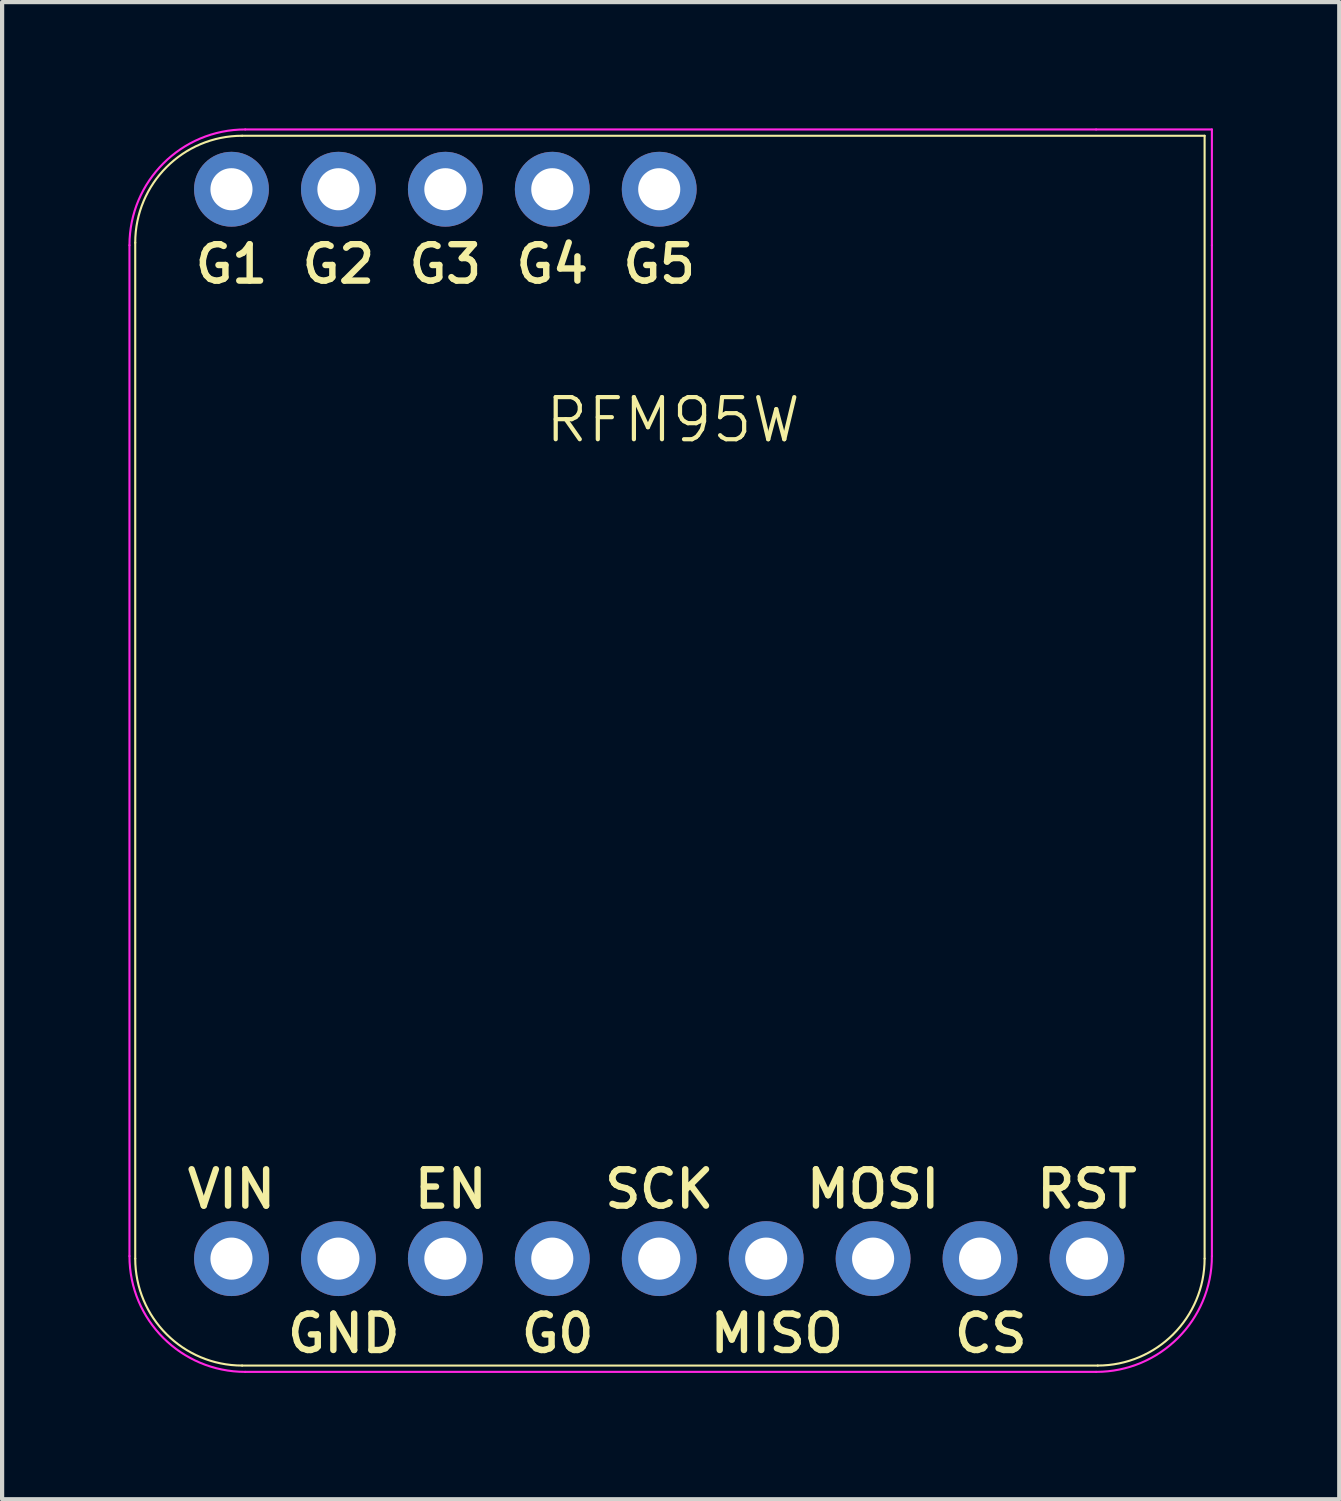
<source format=kicad_pcb>
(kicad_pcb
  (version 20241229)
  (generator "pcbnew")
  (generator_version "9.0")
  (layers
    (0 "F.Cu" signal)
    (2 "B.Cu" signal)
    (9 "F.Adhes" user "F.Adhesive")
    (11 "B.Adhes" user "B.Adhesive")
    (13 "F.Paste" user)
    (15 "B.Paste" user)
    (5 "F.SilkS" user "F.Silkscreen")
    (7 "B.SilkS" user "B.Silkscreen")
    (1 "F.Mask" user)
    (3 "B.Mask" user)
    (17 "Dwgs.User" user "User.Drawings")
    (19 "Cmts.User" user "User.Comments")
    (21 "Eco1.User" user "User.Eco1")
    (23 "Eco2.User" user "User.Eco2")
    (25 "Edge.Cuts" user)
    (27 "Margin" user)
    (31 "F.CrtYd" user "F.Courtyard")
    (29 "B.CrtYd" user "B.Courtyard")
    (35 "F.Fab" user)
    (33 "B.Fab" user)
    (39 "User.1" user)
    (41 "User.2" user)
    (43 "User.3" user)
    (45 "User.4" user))
  (footprint "RFM95W"
    (layer "F.Cu")
    (at 12.935 11.425)
    (property "Reference" "RFM95W" (at 0 -4.5 0) (unlocked yes) (layer "F.SilkS") (effects (font (size 1 1) (thickness 0.1))))
    (attr through_hole)
    (fp_line (start -12.773 15.42) (end -12.773 -8.71) (stroke (width 0.05) (type solid)) (layer "F.SilkS"))
    (fp_line (start -10.233 -11.25) (end 12.627 -11.25) (stroke (width 0.05) (type solid)) (layer "F.SilkS"))
    (fp_line (start 10.087 17.96) (end -10.233 17.96) (stroke (width 0.05) (type solid)) (layer "F.SilkS"))
    (fp_line (start 12.627 -11.25) (end 12.627 15.42) (stroke (width 0.05) (type solid)) (layer "F.SilkS"))
    (fp_arc (start -12.773 -8.7102) (mid -12.029051 -10.506251) (end -10.233 -11.2502) (stroke (width 0.05) (type solid)) (layer "F.SilkS"))
    (fp_arc (start -10.233 17.9598) (mid -12.029051 17.215851) (end -12.773 15.4198) (stroke (width 0.05) (type solid)) (layer "F.SilkS"))
    (fp_arc (start 12.627 15.4198) (mid 11.883051 17.215851) (end 10.087 17.9598) (stroke (width 0.05) (type solid)) (layer "F.SilkS"))
    (fp_line (start -12.91 15.36) (end -12.91 -8.65) (stroke (width 0.05) (type default)) (layer "F.CrtYd"))
    (fp_line (start -10.16 -11.4) (end 10.05 -11.4) (stroke (width 0.05) (type default)) (layer "F.CrtYd"))
    (fp_line (start 10.05 -11.4) (end 12.8 -11.4) (stroke (width 0.05) (type default)) (layer "F.CrtYd"))
    (fp_line (start 10.05 18.11) (end -10.16 18.11) (stroke (width 0.05) (type default)) (layer "F.CrtYd"))
    (fp_line (start 12.8 -11.4) (end 12.8 -8.65) (stroke (width 0.05) (type default)) (layer "F.CrtYd"))
    (fp_line (start 12.8 -8.65) (end 12.8 15.36) (stroke (width 0.05) (type default)) (layer "F.CrtYd"))
    (fp_arc (start -12.91 -8.65) (mid -12.104544 -10.594544) (end -10.16 -11.4) (stroke (width 0.05) (type default)) (layer "F.CrtYd"))
    (fp_arc (start -10.16 18.11) (mid -12.104544 17.304544) (end -12.91 15.36) (stroke (width 0.05) (type default)) (layer "F.CrtYd"))
    (fp_arc (start 12.8 15.36) (mid 11.994544 17.304544) (end 10.05 18.11) (stroke (width 0.05) (type default)) (layer "F.CrtYd"))
    (fp_text user "CS" (at 7.547 17.198 0) (unlocked yes) (layer "F.SilkS") (effects (font (size 0.864 0.864) (thickness 0.152))))
    (fp_text user "G2" (at -7.947 -8.202 0) (unlocked yes) (layer "F.SilkS") (effects (font (size 0.864 0.864) (thickness 0.152))))
    (fp_text user "EN" (at -5.28 13.769 0) (unlocked yes) (layer "F.SilkS") (effects (font (size 0.864 0.864) (thickness 0.152))))
    (fp_text user "G1" (at -10.487 -8.202 0) (unlocked yes) (layer "F.SilkS") (effects (font (size 0.864 0.864) (thickness 0.152))))
    (fp_text user "RST" (at 9.833 13.769 0) (unlocked yes) (layer "F.SilkS") (effects (font (size 0.864 0.864) (thickness 0.152))))
    (fp_text user "G4" (at -2.867 -8.202 0) (unlocked yes) (layer "F.SilkS") (effects (font (size 0.864 0.864) (thickness 0.152))))
    (fp_text user "MISO" (at 2.467 17.198 0) (unlocked yes) (layer "F.SilkS") (effects (font (size 0.864 0.864) (thickness 0.152))))
    (fp_text user "GND" (at -7.82 17.198 0) (unlocked yes) (layer "F.SilkS") (effects (font (size 0.864 0.864) (thickness 0.152))))
    (fp_text user "VIN" (at -10.487 13.769 0) (unlocked yes) (layer "F.SilkS") (effects (font (size 0.864 0.864) (thickness 0.152))))
    (fp_text user "MOSI" (at 4.753 13.769 0) (unlocked yes) (layer "F.SilkS") (effects (font (size 0.864 0.864) (thickness 0.152))))
    (fp_text user "SCK" (at -0.327 13.769 0) (unlocked yes) (layer "F.SilkS") (effects (font (size 0.864 0.864) (thickness 0.152))))
    (fp_text user "G5" (at -0.327 -8.202 0) (unlocked yes) (layer "F.SilkS") (effects (font (size 0.864 0.864) (thickness 0.152))))
    (fp_text user "G3" (at -5.407 -8.202 0) (unlocked yes) (layer "F.SilkS") (effects (font (size 0.864 0.864) (thickness 0.152))))
    (fp_text user "G0" (at -2.74 17.198 0) (unlocked yes) (layer "F.SilkS") (effects (font (size 0.864 0.864) (thickness 0.152))))
    (pad "1" thru_hole circle (at -10.487 15.42 90) (size 1.778 1.778) (drill 1) (layers "*.Cu" "*.Mask"))
    (pad "2" thru_hole circle (at -7.947 15.42 90) (size 1.778 1.778) (drill 1) (layers "*.Cu" "*.Mask"))
    (pad "3" thru_hole circle (at -5.407 15.42 90) (size 1.778 1.778) (drill 1) (layers "*.Cu" "*.Mask"))
    (pad "4" thru_hole circle (at -2.867 15.42 90) (size 1.778 1.778) (drill 1) (layers "*.Cu" "*.Mask"))
    (pad "5" thru_hole circle (at -0.327 15.42 90) (size 1.778 1.778) (drill 1) (layers "*.Cu" "*.Mask"))
    (pad "6" thru_hole circle (at 2.213 15.42 90) (size 1.778 1.778) (drill 1) (layers "*.Cu" "*.Mask"))
    (pad "7" thru_hole circle (at 4.753 15.42 90) (size 1.778 1.778) (drill 1) (layers "*.Cu" "*.Mask"))
    (pad "8" thru_hole circle (at 7.293 15.42 90) (size 1.778 1.778) (drill 1) (layers "*.Cu" "*.Mask"))
    (pad "9" thru_hole circle (at 9.833 15.42 90) (size 1.778 1.778) (drill 1) (layers "*.Cu" "*.Mask"))
    (pad "10" thru_hole circle (at -10.487 -9.98 90) (size 1.778 1.778) (drill 1) (layers "*.Cu" "*.Mask"))
    (pad "11" thru_hole circle (at -7.947 -9.98 90) (size 1.778 1.778) (drill 1) (layers "*.Cu" "*.Mask"))
    (pad "12" thru_hole circle (at -5.407 -9.98 90) (size 1.778 1.778) (drill 1) (layers "*.Cu" "*.Mask"))
    (pad "13" thru_hole circle (at -2.867 -9.98 90) (size 1.778 1.778) (drill 1) (layers "*.Cu" "*.Mask"))
    (pad "14" thru_hole circle (at -0.327 -9.98 90) (size 1.778 1.778) (drill 1) (layers "*.Cu" "*.Mask")))
  (gr_rect
    (start -3 -3)
    (end 28.76 32.56)
    (stroke (width 0.1) (type default))
    (fill no)
    (layer "Edge.Cuts")))
</source>
